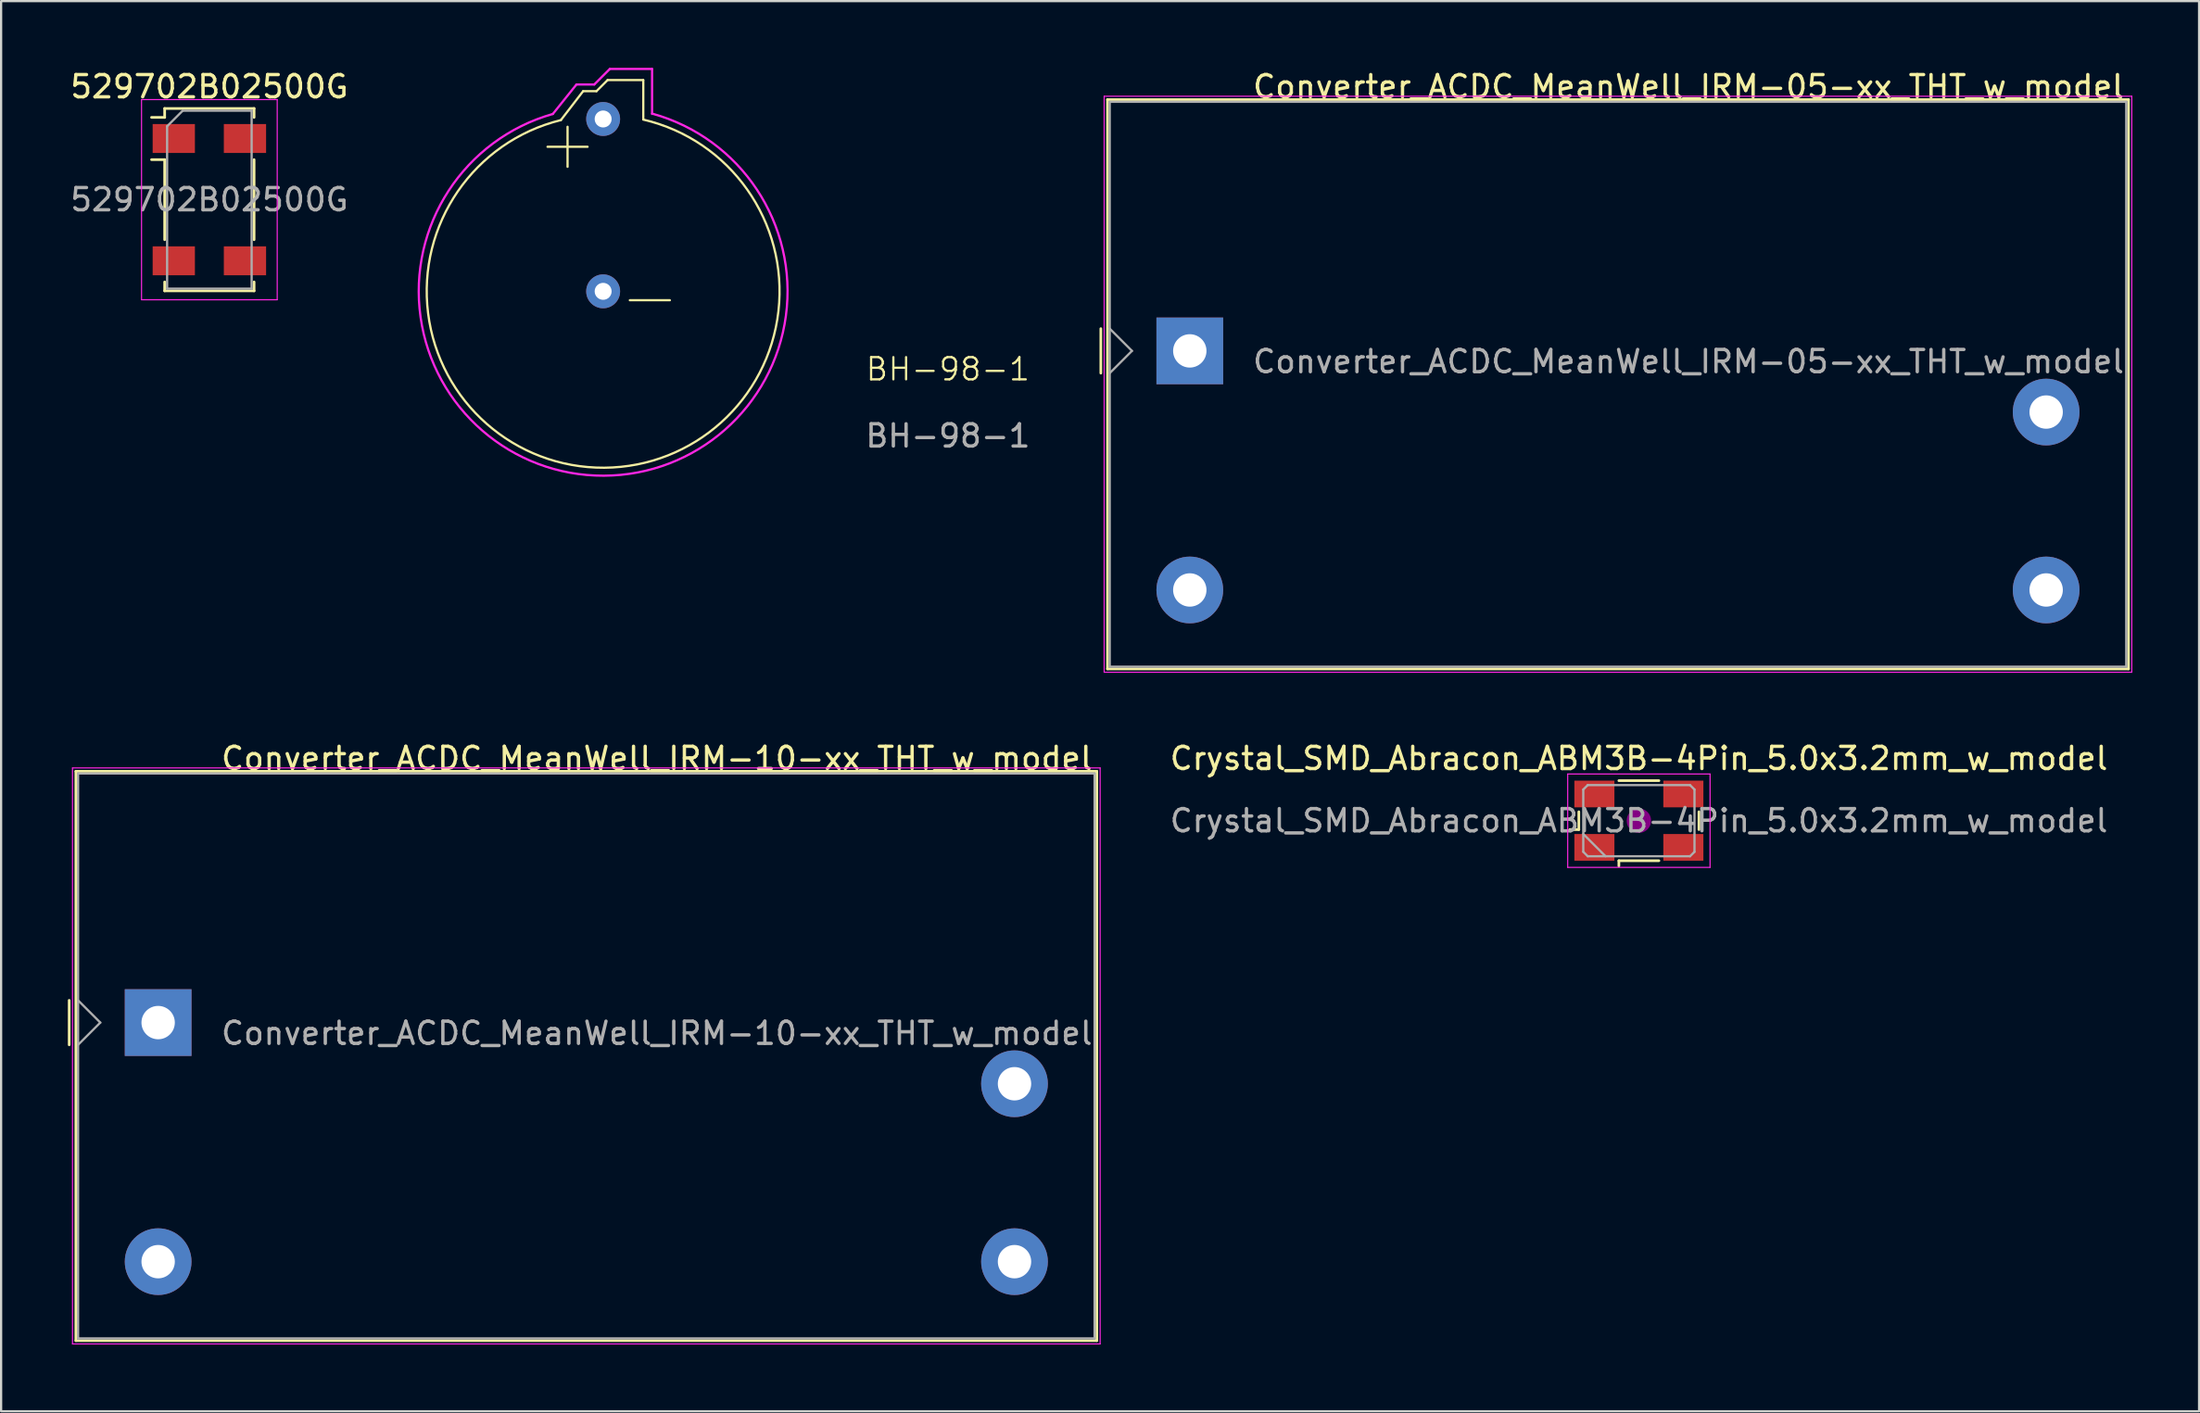
<source format=kicad_pcb>
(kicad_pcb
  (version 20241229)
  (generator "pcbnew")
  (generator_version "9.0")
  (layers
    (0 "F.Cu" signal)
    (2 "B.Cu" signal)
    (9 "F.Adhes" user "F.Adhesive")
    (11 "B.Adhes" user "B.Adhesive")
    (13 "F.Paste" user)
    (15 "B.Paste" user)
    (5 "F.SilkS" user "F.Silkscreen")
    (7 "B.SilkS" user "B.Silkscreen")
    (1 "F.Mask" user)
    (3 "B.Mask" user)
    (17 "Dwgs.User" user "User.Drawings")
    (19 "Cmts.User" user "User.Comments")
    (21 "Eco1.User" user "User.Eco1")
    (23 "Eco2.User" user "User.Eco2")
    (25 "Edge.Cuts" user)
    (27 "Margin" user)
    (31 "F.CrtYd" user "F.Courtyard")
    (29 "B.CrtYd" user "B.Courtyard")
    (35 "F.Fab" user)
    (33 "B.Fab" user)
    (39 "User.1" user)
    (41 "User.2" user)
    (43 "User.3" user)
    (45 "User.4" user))
  (footprint "Converter_ACDC_MeanWell_IRM-10-xx_THT_w_model"
    (layer "F.Cu")
    (at 4.06 42.931)
    (property "Reference" "Converter_ACDC_MeanWell_IRM-10-xx_THT_w_model" (at 22.42 -11.88 0) (layer "F.SilkS") (effects (font (size 1 1) (thickness 0.15))))
    (attr through_hole)
    (fp_line (start -4 -1) (end -4 1) (stroke (width 0.12) (type solid)) (layer "F.SilkS"))
    (fp_line (start -3.7 -11.3) (end -3.7 14.3) (stroke (width 0.12) (type solid)) (layer "F.SilkS"))
    (fp_line (start -3.7 -11.3) (end 42.2 -11.3) (stroke (width 0.12) (type solid)) (layer "F.SilkS"))
    (fp_line (start -3.7 14.3) (end 42.2 14.3) (stroke (width 0.12) (type solid)) (layer "F.SilkS"))
    (fp_line (start 42.2 -11.3) (end 42.2 14.3) (stroke (width 0.12) (type solid)) (layer "F.SilkS"))
    (fp_line (start -3.85 -11.45) (end -3.85 14.45) (stroke (width 0.05) (type solid)) (layer "F.CrtYd"))
    (fp_line (start -3.85 -11.45) (end 42.35 -11.45) (stroke (width 0.05) (type solid)) (layer "F.CrtYd"))
    (fp_line (start -3.85 14.45) (end 42.35 14.45) (stroke (width 0.05) (type solid)) (layer "F.CrtYd"))
    (fp_line (start 42.35 -11.45) (end 42.35 14.45) (stroke (width 0.05) (type solid)) (layer "F.CrtYd"))
    (fp_line (start -3.6 -11.2) (end -3.6 14.2) (stroke (width 0.1) (type solid)) (layer "F.Fab"))
    (fp_line (start -3.6 -1) (end -2.6 0) (stroke (width 0.1) (type solid)) (layer "F.Fab"))
    (fp_line (start -3.6 1) (end -2.6 0) (stroke (width 0.1) (type solid)) (layer "F.Fab"))
    (fp_line (start -3.6 14.2) (end 42.1 14.2) (stroke (width 0.1) (type solid)) (layer "F.Fab"))
    (fp_line (start 42.1 -11.2) (end -3.6 -11.2) (stroke (width 0.1) (type solid)) (layer "F.Fab"))
    (fp_line (start 42.1 -11.2) (end 42.1 14.2) (stroke (width 0.1) (type solid)) (layer "F.Fab"))
    (fp_text user "${REFERENCE}" (at 22.42 0.48 0) (layer "F.Fab") (effects (font (size 1 1) (thickness 0.15))))
    (pad "1" thru_hole rect (at 0 0) (size 3 3) (drill 1.5) (layers "*.Cu" "*.Mask"))
    (pad "2" thru_hole circle (at 0 10.75) (size 3 3) (drill 1.5) (layers "*.Cu" "*.Mask"))
    (pad "3" thru_hole circle (at 38.5 10.75) (size 3 3) (drill 1.5) (layers "*.Cu" "*.Mask"))
    (pad "4" thru_hole circle (at 38.5 2.75) (size 3 3) (drill 1.5) (layers "*.Cu" "*.Mask")))
  (footprint "Converter_ACDC_MeanWell_IRM-05-xx_THT_w_model"
    (layer "F.Cu")
    (at 50.441 12.728)
    (property "Reference" "Converter_ACDC_MeanWell_IRM-05-xx_THT_w_model" (at 22.42 -11.88 0) (layer "F.SilkS") (effects (font (size 1 1) (thickness 0.15))))
    (attr through_hole)
    (fp_line (start -4 -1) (end -4 1) (stroke (width 0.12) (type solid)) (layer "F.SilkS"))
    (fp_line (start -3.7 -11.3) (end -3.7 14.3) (stroke (width 0.12) (type solid)) (layer "F.SilkS"))
    (fp_line (start -3.7 -11.3) (end 42.2 -11.3) (stroke (width 0.12) (type solid)) (layer "F.SilkS"))
    (fp_line (start -3.7 14.3) (end 42.2 14.3) (stroke (width 0.12) (type solid)) (layer "F.SilkS"))
    (fp_line (start 42.2 -11.3) (end 42.2 14.3) (stroke (width 0.12) (type solid)) (layer "F.SilkS"))
    (fp_line (start -3.85 -11.45) (end -3.85 14.45) (stroke (width 0.05) (type solid)) (layer "F.CrtYd"))
    (fp_line (start -3.85 -11.45) (end 42.35 -11.45) (stroke (width 0.05) (type solid)) (layer "F.CrtYd"))
    (fp_line (start -3.85 14.45) (end 42.35 14.45) (stroke (width 0.05) (type solid)) (layer "F.CrtYd"))
    (fp_line (start 42.35 -11.45) (end 42.35 14.45) (stroke (width 0.05) (type solid)) (layer "F.CrtYd"))
    (fp_line (start -3.6 -11.2) (end -3.6 14.2) (stroke (width 0.1) (type solid)) (layer "F.Fab"))
    (fp_line (start -3.6 14.2) (end 42.1 14.2) (stroke (width 0.1) (type solid)) (layer "F.Fab"))
    (fp_line (start -2.6 0) (end -3.6 -1) (stroke (width 0.1) (type solid)) (layer "F.Fab"))
    (fp_line (start -2.6 0) (end -3.6 1) (stroke (width 0.1) (type solid)) (layer "F.Fab"))
    (fp_line (start 42.1 -11.2) (end -3.6 -11.2) (stroke (width 0.1) (type solid)) (layer "F.Fab"))
    (fp_line (start 42.1 -11.2) (end 42.1 14.2) (stroke (width 0.1) (type solid)) (layer "F.Fab"))
    (fp_text user "${REFERENCE}" (at 22.42 0.48 0) (layer "F.Fab") (effects (font (size 1 1) (thickness 0.15))))
    (pad "1" thru_hole rect (at 0 0) (size 3 3) (drill 1.5) (layers "*.Cu" "*.Mask"))
    (pad "2" thru_hole circle (at 0 10.75) (size 3 3) (drill 1.5) (layers "*.Cu" "*.Mask"))
    (pad "3" thru_hole circle (at 38.5 10.75) (size 3 3) (drill 1.5) (layers "*.Cu" "*.Mask"))
    (pad "4" thru_hole circle (at 38.5 2.75) (size 3 3) (drill 1.5) (layers "*.Cu" "*.Mask")))
  (footprint "BH-98-1"
    (layer "F.Cu")
    (at 24.066 10.05)
    (property "Reference" "BH-98-1" (at 15.5 3.5 0) (unlocked yes) (layer "F.SilkS") (effects (font (size 1 1) (thickness 0.1))))
    (attr through_hole)
    (fp_line (start -2.5 -6.5) (end -0.7 -6.5) (stroke (width 0.1) (type default)) (layer "F.SilkS"))
    (fp_line (start -1.6 -7.4) (end -1.6 -5.6) (stroke (width 0.1) (type default)) (layer "F.SilkS"))
    (fp_line (start -0.9 -9) (end -1.9 -7.7) (stroke (width 0.1) (type default)) (layer "F.SilkS"))
    (fp_line (start -0.9 -9) (end -0.3 -9) (stroke (width 0.1) (type default)) (layer "F.SilkS"))
    (fp_line (start -0.3 -9) (end 0.2 -9.5) (stroke (width 0.1) (type default)) (layer "F.SilkS"))
    (fp_line (start 0.2 -9.5) (end 1.8 -9.5) (stroke (width 0.1) (type default)) (layer "F.SilkS"))
    (fp_line (start 1.2 0.4) (end 3 0.4) (stroke (width 0.1) (type default)) (layer "F.SilkS"))
    (fp_line (start 1.805 -7.73) (end 1.805 -9.5) (stroke (width 0.1) (type default)) (layer "F.SilkS"))
    (fp_arc (start 1.805318 -7.722747) (mid 0.048688 7.930802) (end -1.9 -7.7) (stroke (width 0.1) (type default)) (layer "F.SilkS"))
    (fp_line (start -1.2 -9.3) (end -2.261 -7.976) (stroke (width 0.1) (type default)) (layer "F.CrtYd"))
    (fp_line (start -1.2 -9.3) (end -0.4 -9.3) (stroke (width 0.1) (type default)) (layer "F.CrtYd"))
    (fp_line (start -0.4 -9.3) (end 0.3 -10) (stroke (width 0.1) (type default)) (layer "F.CrtYd"))
    (fp_line (start 0.3 -10) (end 2.2 -10) (stroke (width 0.1) (type default)) (layer "F.CrtYd"))
    (fp_line (start 2.2 -7.976) (end 2.2 -10) (stroke (width 0.1) (type default)) (layer "F.CrtYd"))
    (fp_arc (start 2.20434 -7.991332) (mid 0.029205 8.289728) (end -2.2606 -7.9756) (stroke (width 0.1) (type default)) (layer "F.CrtYd"))
    (fp_text user "${REFERENCE}" (at 15.5 6.5 0) (unlocked yes) (layer "F.Fab") (effects (font (size 1 1) (thickness 0.15))))
    (pad "1" thru_hole circle (at 0 -7.75) (size 1.524 1.524) (drill 0.762) (layers "*.Cu" "*.Mask"))
    (pad "2" thru_hole circle (at 0 0) (size 1.524 1.524) (drill 0.762) (layers "*.Cu" "*.Mask")))
  (footprint "529702B02500G"
    (layer "F.Cu")
    (at 6.363 5.928)
    (property "Reference" "529702B02500G" (at 0 -5.08 0) (layer "F.SilkS") (effects (font (size 1 1) (thickness 0.15))))
    (attr smd)
    (fp_line (start -2.6 -3.7) (end -2.01 -3.7) (stroke (width 0.12) (type solid)) (layer "F.SilkS"))
    (fp_line (start -2.01 -4.1) (end -2.01 -3.7) (stroke (width 0.12) (type solid)) (layer "F.SilkS"))
    (fp_line (start -2.01 -1.8) (end -2.6 -1.8) (stroke (width 0.12) (type solid)) (layer "F.SilkS"))
    (fp_line (start -2.01 -1.8) (end -2.01 1.8) (stroke (width 0.12) (type solid)) (layer "F.SilkS"))
    (fp_line (start -2.01 4.1) (end -2.01 3.7) (stroke (width 0.12) (type solid)) (layer "F.SilkS"))
    (fp_line (start 2.01 -4.1) (end -2.01 -4.1) (stroke (width 0.12) (type solid)) (layer "F.SilkS"))
    (fp_line (start 2.01 -4.1) (end 2.01 -3.7) (stroke (width 0.12) (type solid)) (layer "F.SilkS"))
    (fp_line (start 2.01 -1.8) (end 2.01 1.8) (stroke (width 0.12) (type solid)) (layer "F.SilkS"))
    (fp_line (start 2.01 4.1) (end -2.01 4.1) (stroke (width 0.12) (type solid)) (layer "F.SilkS"))
    (fp_line (start 2.01 4.1) (end 2.01 3.7) (stroke (width 0.12) (type solid)) (layer "F.SilkS"))
    (fp_line (start -3.05 -4.5) (end -3.05 4.5) (stroke (width 0.05) (type solid)) (layer "F.CrtYd"))
    (fp_line (start -3.05 4.5) (end 3.05 4.5) (stroke (width 0.05) (type solid)) (layer "F.CrtYd"))
    (fp_line (start 3.05 -4.5) (end -3.05 -4.5) (stroke (width 0.05) (type solid)) (layer "F.CrtYd"))
    (fp_line (start 3.05 4.5) (end 3.05 -4.5) (stroke (width 0.05) (type solid)) (layer "F.CrtYd"))
    (fp_line (start -1.9 -3.3) (end -1.2 -4) (stroke (width 0.1) (type solid)) (layer "F.Fab"))
    (fp_line (start -1.9 4) (end -1.9 -3.3) (stroke (width 0.1) (type solid)) (layer "F.Fab"))
    (fp_line (start -1.2 -4) (end 1.9 -4) (stroke (width 0.1) (type solid)) (layer "F.Fab"))
    (fp_line (start 1.9 -4) (end 1.9 4) (stroke (width 0.1) (type solid)) (layer "F.Fab"))
    (fp_line (start 1.9 4) (end -1.9 4) (stroke (width 0.1) (type solid)) (layer "F.Fab"))
    (fp_text user "${REFERENCE}" (at 0 0 0) (layer "F.Fab") (effects (font (size 1 1) (thickness 0.15))))
    (pad "1" smd rect (at -1.6 -2.75 270) (size 1.3 1.9) (layers "F.Cu" "F.Mask" "F.Paste"))
    (pad "2" smd rect (at -1.6 2.75 270) (size 1.3 1.9) (layers "F.Cu" "F.Mask" "F.Paste"))
    (pad "3" smd rect (at 1.6 2.75 270) (size 1.3 1.9) (layers "F.Cu" "F.Mask" "F.Paste"))
    (pad "4" smd rect (at 1.6 -2.75 270) (size 1.3 1.9) (layers "F.Cu" "F.Mask" "F.Paste")))
  (footprint "Crystal_SMD_Abracon_ABM3B-4Pin_5.0x3.2mm_w_model"
    (layer "F.Cu")
    (at 70.631 33.852)
    (property "Reference" "Crystal_SMD_Abracon_ABM3B-4Pin_5.0x3.2mm_w_model" (at 0 -2.8 0) (layer "F.SilkS") (effects (font (size 1 1) (thickness 0.15))))
    (attr smd)
    (fp_line (start -3.1 0.4) (end -2.7 0.4) (stroke (width 0.12) (type solid)) (layer "F.SilkS"))
    (fp_line (start -2.7 0.4) (end -2.7 -0.4) (stroke (width 0.12) (type solid)) (layer "F.SilkS"))
    (fp_line (start -0.9 -1.8) (end 0.9 -1.8) (stroke (width 0.12) (type solid)) (layer "F.SilkS"))
    (fp_line (start -0.9 1.8) (end -0.9 2.04) (stroke (width 0.12) (type solid)) (layer "F.SilkS"))
    (fp_line (start 0.9 1.8) (end -0.9 1.8) (stroke (width 0.12) (type solid)) (layer "F.SilkS"))
    (fp_line (start 2.7 -0.4) (end 2.7 0.4) (stroke (width 0.12) (type solid)) (layer "F.SilkS"))
    (fp_circle (center 0 0) (end 0.117 0) (stroke (width 0.233) (type solid)) (fill no) (layer "F.Adhes"))
    (fp_circle (center 0 0) (end 0.267 0) (stroke (width 0.167) (type solid)) (fill no) (layer "F.Adhes"))
    (fp_circle (center 0 0) (end 0.417 0) (stroke (width 0.167) (type solid)) (fill no) (layer "F.Adhes"))
    (fp_circle (center 0 0) (end 0.5 0) (stroke (width 0.1) (type solid)) (fill no) (layer "F.Adhes"))
    (fp_line (start -3.2 -2.1) (end -3.2 2.1) (stroke (width 0.05) (type solid)) (layer "F.CrtYd"))
    (fp_line (start -3.2 2.1) (end 3.2 2.1) (stroke (width 0.05) (type solid)) (layer "F.CrtYd"))
    (fp_line (start 3.2 -2.1) (end -3.2 -2.1) (stroke (width 0.05) (type solid)) (layer "F.CrtYd"))
    (fp_line (start 3.2 2.1) (end 3.2 -2.1) (stroke (width 0.05) (type solid)) (layer "F.CrtYd"))
    (fp_line (start -2.5 -1.4) (end -2.3 -1.6) (stroke (width 0.1) (type solid)) (layer "F.Fab"))
    (fp_line (start -2.5 0.6) (end -1.5 1.6) (stroke (width 0.1) (type solid)) (layer "F.Fab"))
    (fp_line (start -2.5 1.4) (end -2.5 -1.4) (stroke (width 0.1) (type solid)) (layer "F.Fab"))
    (fp_line (start -2.3 -1.6) (end 2.3 -1.6) (stroke (width 0.1) (type solid)) (layer "F.Fab"))
    (fp_line (start -2.3 1.6) (end -2.5 1.4) (stroke (width 0.1) (type solid)) (layer "F.Fab"))
    (fp_line (start 2.3 -1.6) (end 2.5 -1.4) (stroke (width 0.1) (type solid)) (layer "F.Fab"))
    (fp_line (start 2.3 1.6) (end -2.3 1.6) (stroke (width 0.1) (type solid)) (layer "F.Fab"))
    (fp_line (start 2.5 -1.4) (end 2.5 1.4) (stroke (width 0.1) (type solid)) (layer "F.Fab"))
    (fp_line (start 2.5 1.4) (end 2.3 1.6) (stroke (width 0.1) (type solid)) (layer "F.Fab"))
    (fp_text user "${REFERENCE}" (at 0 0 0) (layer "F.Fab") (effects (font (size 1 1) (thickness 0.15))))
    (pad "1" smd rect (at -2 1.2) (size 1.8 1.2) (layers "F.Cu" "F.Mask" "F.Paste"))
    (pad "2" smd rect (at 2 1.2) (size 1.8 1.2) (layers "F.Cu" "F.Mask" "F.Paste"))
    (pad "3" smd rect (at 2 -1.2) (size 1.8 1.2) (layers "F.Cu" "F.Mask" "F.Paste"))
    (pad "4" smd rect (at -2 -1.2) (size 1.8 1.2) (layers "F.Cu" "F.Mask" "F.Paste")))
  (gr_rect
    (start -3 -3)
    (end 95.816 60.407)
    (stroke (width 0.1) (type default))
    (fill no)
    (layer "Edge.Cuts")))
</source>
